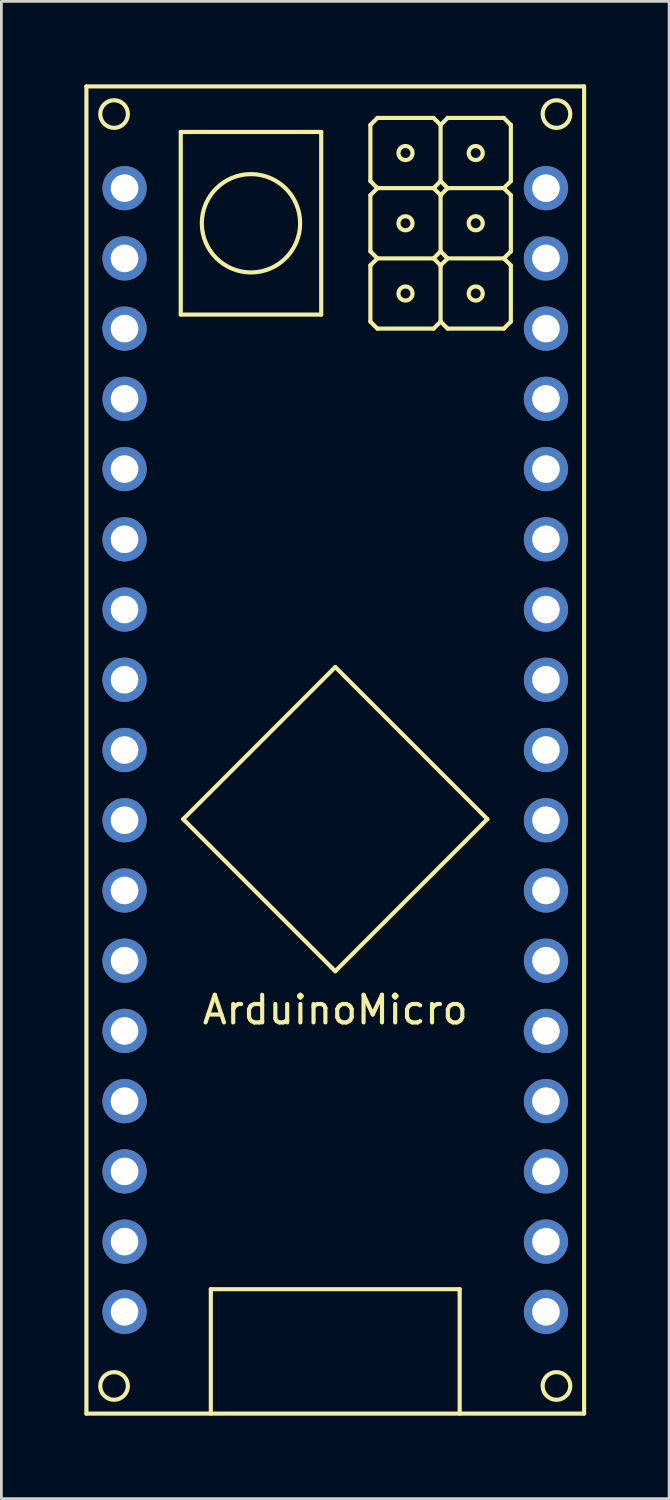
<source format=kicad_pcb>
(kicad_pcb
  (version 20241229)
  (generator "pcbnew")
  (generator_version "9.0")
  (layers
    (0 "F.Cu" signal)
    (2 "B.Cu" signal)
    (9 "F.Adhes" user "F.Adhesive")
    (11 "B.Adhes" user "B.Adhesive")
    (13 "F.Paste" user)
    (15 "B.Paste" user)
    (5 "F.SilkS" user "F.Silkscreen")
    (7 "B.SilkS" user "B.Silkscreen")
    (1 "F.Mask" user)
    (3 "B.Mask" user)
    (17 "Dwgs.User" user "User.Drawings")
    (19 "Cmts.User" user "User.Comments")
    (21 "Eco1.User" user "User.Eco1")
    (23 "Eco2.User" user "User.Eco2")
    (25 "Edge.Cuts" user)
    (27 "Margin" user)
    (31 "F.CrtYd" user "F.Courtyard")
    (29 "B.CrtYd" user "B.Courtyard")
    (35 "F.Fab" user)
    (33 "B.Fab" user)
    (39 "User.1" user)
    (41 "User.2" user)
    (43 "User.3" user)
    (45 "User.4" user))
  (footprint "ArduinoMicro"
    (layer "F.Cu")
    (at 9.075 24.075)
    (property "Reference" "ArduinoMicro" (at 0 9.398 0) (layer "F.SilkS") (effects (font (size 1 1) (thickness 0.15))))
    (attr through_hole)
    (fp_line (start -9 -24) (end -9 24) (stroke (width 0.15) (type solid)) (layer "F.SilkS"))
    (fp_line (start -9 24) (end 9 24) (stroke (width 0.15) (type solid)) (layer "F.SilkS"))
    (fp_line (start -5.588 -22.352) (end -5.588 -15.748) (stroke (width 0.15) (type solid)) (layer "F.SilkS"))
    (fp_line (start -5.588 -15.748) (end -0.508 -15.748) (stroke (width 0.15) (type solid)) (layer "F.SilkS"))
    (fp_line (start -5.5 2.5) (end 0 8) (stroke (width 0.15) (type solid)) (layer "F.SilkS"))
    (fp_line (start -4.5 19.5) (end 4.5 19.5) (stroke (width 0.15) (type solid)) (layer "F.SilkS"))
    (fp_line (start -4.5 24) (end -4.5 19.5) (stroke (width 0.15) (type solid)) (layer "F.SilkS"))
    (fp_line (start -0.508 -22.352) (end -5.588 -22.352) (stroke (width 0.15) (type solid)) (layer "F.SilkS"))
    (fp_line (start -0.508 -15.748) (end -0.508 -22.352) (stroke (width 0.15) (type solid)) (layer "F.SilkS"))
    (fp_line (start 0 -3) (end -5.5 2.5) (stroke (width 0.15) (type solid)) (layer "F.SilkS"))
    (fp_line (start 0 8) (end 5.5 2.5) (stroke (width 0.15) (type solid)) (layer "F.SilkS"))
    (fp_line (start 1.27 -22.606) (end 1.27 -20.574) (stroke (width 0.15) (type solid)) (layer "F.SilkS"))
    (fp_line (start 1.27 -20.574) (end 1.524 -20.32) (stroke (width 0.15) (type solid)) (layer "F.SilkS"))
    (fp_line (start 1.27 -20.066) (end 1.27 -18.034) (stroke (width 0.15) (type solid)) (layer "F.SilkS"))
    (fp_line (start 1.27 -18.034) (end 1.524 -17.78) (stroke (width 0.15) (type solid)) (layer "F.SilkS"))
    (fp_line (start 1.27 -17.526) (end 1.27 -15.494) (stroke (width 0.15) (type solid)) (layer "F.SilkS"))
    (fp_line (start 1.27 -15.494) (end 1.524 -15.24) (stroke (width 0.15) (type solid)) (layer "F.SilkS"))
    (fp_line (start 1.524 -22.86) (end 1.27 -22.606) (stroke (width 0.15) (type solid)) (layer "F.SilkS"))
    (fp_line (start 1.524 -20.32) (end 1.27 -20.066) (stroke (width 0.15) (type solid)) (layer "F.SilkS"))
    (fp_line (start 1.524 -20.32) (end 3.556 -20.32) (stroke (width 0.15) (type solid)) (layer "F.SilkS"))
    (fp_line (start 1.524 -17.78) (end 1.27 -17.526) (stroke (width 0.15) (type solid)) (layer "F.SilkS"))
    (fp_line (start 3.556 -22.86) (end 1.524 -22.86) (stroke (width 0.15) (type solid)) (layer "F.SilkS"))
    (fp_line (start 3.556 -22.86) (end 3.81 -22.606) (stroke (width 0.15) (type solid)) (layer "F.SilkS"))
    (fp_line (start 3.556 -20.32) (end 3.81 -20.574) (stroke (width 0.15) (type solid)) (layer "F.SilkS"))
    (fp_line (start 3.556 -20.32) (end 3.81 -20.066) (stroke (width 0.15) (type solid)) (layer "F.SilkS"))
    (fp_line (start 3.556 -17.78) (end 1.524 -17.78) (stroke (width 0.15) (type solid)) (layer "F.SilkS"))
    (fp_line (start 3.556 -17.78) (end 3.81 -18.034) (stroke (width 0.15) (type solid)) (layer "F.SilkS"))
    (fp_line (start 3.556 -15.24) (end 1.524 -15.24) (stroke (width 0.15) (type solid)) (layer "F.SilkS"))
    (fp_line (start 3.81 -22.606) (end 4.064 -22.86) (stroke (width 0.15) (type solid)) (layer "F.SilkS"))
    (fp_line (start 3.81 -20.574) (end 3.81 -22.606) (stroke (width 0.15) (type solid)) (layer "F.SilkS"))
    (fp_line (start 3.81 -20.574) (end 4.064 -20.32) (stroke (width 0.15) (type solid)) (layer "F.SilkS"))
    (fp_line (start 3.81 -20.066) (end 3.81 -18.034) (stroke (width 0.15) (type solid)) (layer "F.SilkS"))
    (fp_line (start 3.81 -18.034) (end 4.064 -17.78) (stroke (width 0.15) (type solid)) (layer "F.SilkS"))
    (fp_line (start 3.81 -17.526) (end 3.556 -17.78) (stroke (width 0.15) (type solid)) (layer "F.SilkS"))
    (fp_line (start 3.81 -17.526) (end 4.064 -17.78) (stroke (width 0.15) (type solid)) (layer "F.SilkS"))
    (fp_line (start 3.81 -15.494) (end 3.556 -15.24) (stroke (width 0.15) (type solid)) (layer "F.SilkS"))
    (fp_line (start 3.81 -15.494) (end 3.81 -17.526) (stroke (width 0.15) (type solid)) (layer "F.SilkS"))
    (fp_line (start 3.81 -15.494) (end 4.064 -15.24) (stroke (width 0.15) (type solid)) (layer "F.SilkS"))
    (fp_line (start 4.064 -20.32) (end 3.81 -20.066) (stroke (width 0.15) (type solid)) (layer "F.SilkS"))
    (fp_line (start 4.064 -20.32) (end 6.096 -20.32) (stroke (width 0.15) (type solid)) (layer "F.SilkS"))
    (fp_line (start 4.064 -17.78) (end 6.096 -17.78) (stroke (width 0.15) (type solid)) (layer "F.SilkS"))
    (fp_line (start 4.064 -15.24) (end 6.096 -15.24) (stroke (width 0.15) (type solid)) (layer "F.SilkS"))
    (fp_line (start 4.5 19.5) (end 4.5 24) (stroke (width 0.15) (type solid)) (layer "F.SilkS"))
    (fp_line (start 5.5 2.5) (end 0 -3) (stroke (width 0.15) (type solid)) (layer "F.SilkS"))
    (fp_line (start 6.096 -22.86) (end 4.064 -22.86) (stroke (width 0.15) (type solid)) (layer "F.SilkS"))
    (fp_line (start 6.096 -22.86) (end 6.35 -22.606) (stroke (width 0.15) (type solid)) (layer "F.SilkS"))
    (fp_line (start 6.096 -20.32) (end 6.35 -20.066) (stroke (width 0.15) (type solid)) (layer "F.SilkS"))
    (fp_line (start 6.096 -17.78) (end 6.35 -17.526) (stroke (width 0.15) (type solid)) (layer "F.SilkS"))
    (fp_line (start 6.35 -22.606) (end 6.35 -20.574) (stroke (width 0.15) (type solid)) (layer "F.SilkS"))
    (fp_line (start 6.35 -20.574) (end 6.096 -20.32) (stroke (width 0.15) (type solid)) (layer "F.SilkS"))
    (fp_line (start 6.35 -18.034) (end 6.096 -17.78) (stroke (width 0.15) (type solid)) (layer "F.SilkS"))
    (fp_line (start 6.35 -18.034) (end 6.35 -20.066) (stroke (width 0.15) (type solid)) (layer "F.SilkS"))
    (fp_line (start 6.35 -15.494) (end 6.096 -15.24) (stroke (width 0.15) (type solid)) (layer "F.SilkS"))
    (fp_line (start 6.35 -15.494) (end 6.35 -17.526) (stroke (width 0.15) (type solid)) (layer "F.SilkS"))
    (fp_line (start 9 -24) (end -9 -24) (stroke (width 0.15) (type solid)) (layer "F.SilkS"))
    (fp_line (start 9 24) (end 9 -24) (stroke (width 0.15) (type solid)) (layer "F.SilkS"))
    (fp_circle (center -8 -23) (end -8 -23.5) (stroke (width 0.15) (type solid)) (fill no) (layer "F.SilkS"))
    (fp_circle (center -8 23) (end -8 22.5) (stroke (width 0.15) (type solid)) (fill no) (layer "F.SilkS"))
    (fp_circle (center -3.048 -19.05) (end -1.27 -19.05) (stroke (width 0.15) (type solid)) (fill no) (layer "F.SilkS"))
    (fp_circle (center 2.54 -21.59) (end 2.54 -21.336) (stroke (width 0.15) (type solid)) (fill no) (layer "F.SilkS"))
    (fp_circle (center 2.54 -19.05) (end 2.54 -19.304) (stroke (width 0.15) (type solid)) (fill no) (layer "F.SilkS"))
    (fp_circle (center 2.54 -16.51) (end 2.54 -16.764) (stroke (width 0.15) (type solid)) (fill no) (layer "F.SilkS"))
    (fp_circle (center 5.08 -21.59) (end 5.08 -21.844) (stroke (width 0.15) (type solid)) (fill no) (layer "F.SilkS"))
    (fp_circle (center 5.08 -19.05) (end 5.08 -19.304) (stroke (width 0.15) (type solid)) (fill no) (layer "F.SilkS"))
    (fp_circle (center 5.08 -16.51) (end 5.08 -16.764) (stroke (width 0.15) (type solid)) (fill no) (layer "F.SilkS"))
    (fp_circle (center 8 -23) (end 8 -23.5) (stroke (width 0.15) (type solid)) (fill no) (layer "F.SilkS"))
    (fp_circle (center 8 23) (end 8 23.5) (stroke (width 0.15) (type solid)) (fill no) (layer "F.SilkS"))
    (pad "1" thru_hole circle (at -7.62 -20.32) (size 1.6 1.6) (drill 1) (layers "*.Cu" "*.Mask"))
    (pad "2" thru_hole circle (at -7.62 -17.78) (size 1.6 1.6) (drill 1) (layers "*.Cu" "*.Mask"))
    (pad "3" thru_hole circle (at -7.62 -15.24) (size 1.6 1.6) (drill 1) (layers "*.Cu" "*.Mask"))
    (pad "4" thru_hole circle (at -7.62 -12.7) (size 1.6 1.6) (drill 1) (layers "*.Cu" "*.Mask"))
    (pad "5" thru_hole circle (at -7.62 -10.16) (size 1.6 1.6) (drill 1) (layers "*.Cu" "*.Mask"))
    (pad "6" thru_hole circle (at -7.62 -7.62) (size 1.6 1.6) (drill 1) (layers "*.Cu" "*.Mask"))
    (pad "7" thru_hole circle (at -7.62 -5.08) (size 1.6 1.6) (drill 1) (layers "*.Cu" "*.Mask"))
    (pad "8" thru_hole circle (at -7.62 -2.54) (size 1.6 1.6) (drill 1) (layers "*.Cu" "*.Mask"))
    (pad "9" thru_hole circle (at -7.62 0) (size 1.6 1.6) (drill 1) (layers "*.Cu" "*.Mask"))
    (pad "10" thru_hole circle (at -7.62 2.54) (size 1.6 1.6) (drill 1) (layers "*.Cu" "*.Mask"))
    (pad "11" thru_hole circle (at -7.62 5.08) (size 1.6 1.6) (drill 1) (layers "*.Cu" "*.Mask"))
    (pad "12" thru_hole circle (at -7.62 7.62) (size 1.6 1.6) (drill 1) (layers "*.Cu" "*.Mask"))
    (pad "13" thru_hole circle (at -7.62 10.16) (size 1.6 1.6) (drill 1) (layers "*.Cu" "*.Mask"))
    (pad "14" thru_hole circle (at -7.62 12.7) (size 1.6 1.6) (drill 1) (layers "*.Cu" "*.Mask"))
    (pad "15" thru_hole circle (at -7.62 15.24) (size 1.6 1.6) (drill 1) (layers "*.Cu" "*.Mask"))
    (pad "16" thru_hole circle (at -7.62 17.78) (size 1.6 1.6) (drill 1) (layers "*.Cu" "*.Mask"))
    (pad "17" thru_hole circle (at -7.62 20.32) (size 1.6 1.6) (drill 1) (layers "*.Cu" "*.Mask"))
    (pad "18" thru_hole circle (at 7.62 20.32) (size 1.6 1.6) (drill 1) (layers "*.Cu" "*.Mask"))
    (pad "19" thru_hole circle (at 7.62 17.78) (size 1.6 1.6) (drill 1) (layers "*.Cu" "*.Mask"))
    (pad "20" thru_hole circle (at 7.62 15.24) (size 1.6 1.6) (drill 1) (layers "*.Cu" "*.Mask"))
    (pad "21" thru_hole circle (at 7.62 12.7) (size 1.6 1.6) (drill 1) (layers "*.Cu" "*.Mask"))
    (pad "22" thru_hole circle (at 7.62 10.16) (size 1.6 1.6) (drill 1) (layers "*.Cu" "*.Mask"))
    (pad "23" thru_hole circle (at 7.62 7.62) (size 1.6 1.6) (drill 1) (layers "*.Cu" "*.Mask"))
    (pad "24" thru_hole circle (at 7.62 5.08) (size 1.6 1.6) (drill 1) (layers "*.Cu" "*.Mask"))
    (pad "25" thru_hole circle (at 7.62 2.54) (size 1.6 1.6) (drill 1) (layers "*.Cu" "*.Mask"))
    (pad "26" thru_hole circle (at 7.62 0) (size 1.6 1.6) (drill 1) (layers "*.Cu" "*.Mask"))
    (pad "27" thru_hole circle (at 7.62 -2.54) (size 1.6 1.6) (drill 1) (layers "*.Cu" "*.Mask"))
    (pad "28" thru_hole circle (at 7.62 -5.08) (size 1.6 1.6) (drill 1) (layers "*.Cu" "*.Mask"))
    (pad "29" thru_hole circle (at 7.62 -7.62) (size 1.6 1.6) (drill 1) (layers "*.Cu" "*.Mask"))
    (pad "30" thru_hole circle (at 7.62 -10.16) (size 1.6 1.6) (drill 1) (layers "*.Cu" "*.Mask"))
    (pad "31" thru_hole circle (at 7.62 -12.7) (size 1.6 1.6) (drill 1) (layers "*.Cu" "*.Mask"))
    (pad "32" thru_hole circle (at 7.62 -15.24) (size 1.6 1.6) (drill 1) (layers "*.Cu" "*.Mask"))
    (pad "33" thru_hole circle (at 7.62 -17.78) (size 1.6 1.6) (drill 1) (layers "*.Cu" "*.Mask"))
    (pad "34" thru_hole circle (at 7.62 -20.32) (size 1.6 1.6) (drill 1) (layers "*.Cu" "*.Mask")))
  (gr_rect
    (start -3 -3)
    (end 21.15 51.15)
    (stroke (width 0.1) (type default))
    (fill no)
    (layer "Edge.Cuts")))
</source>
